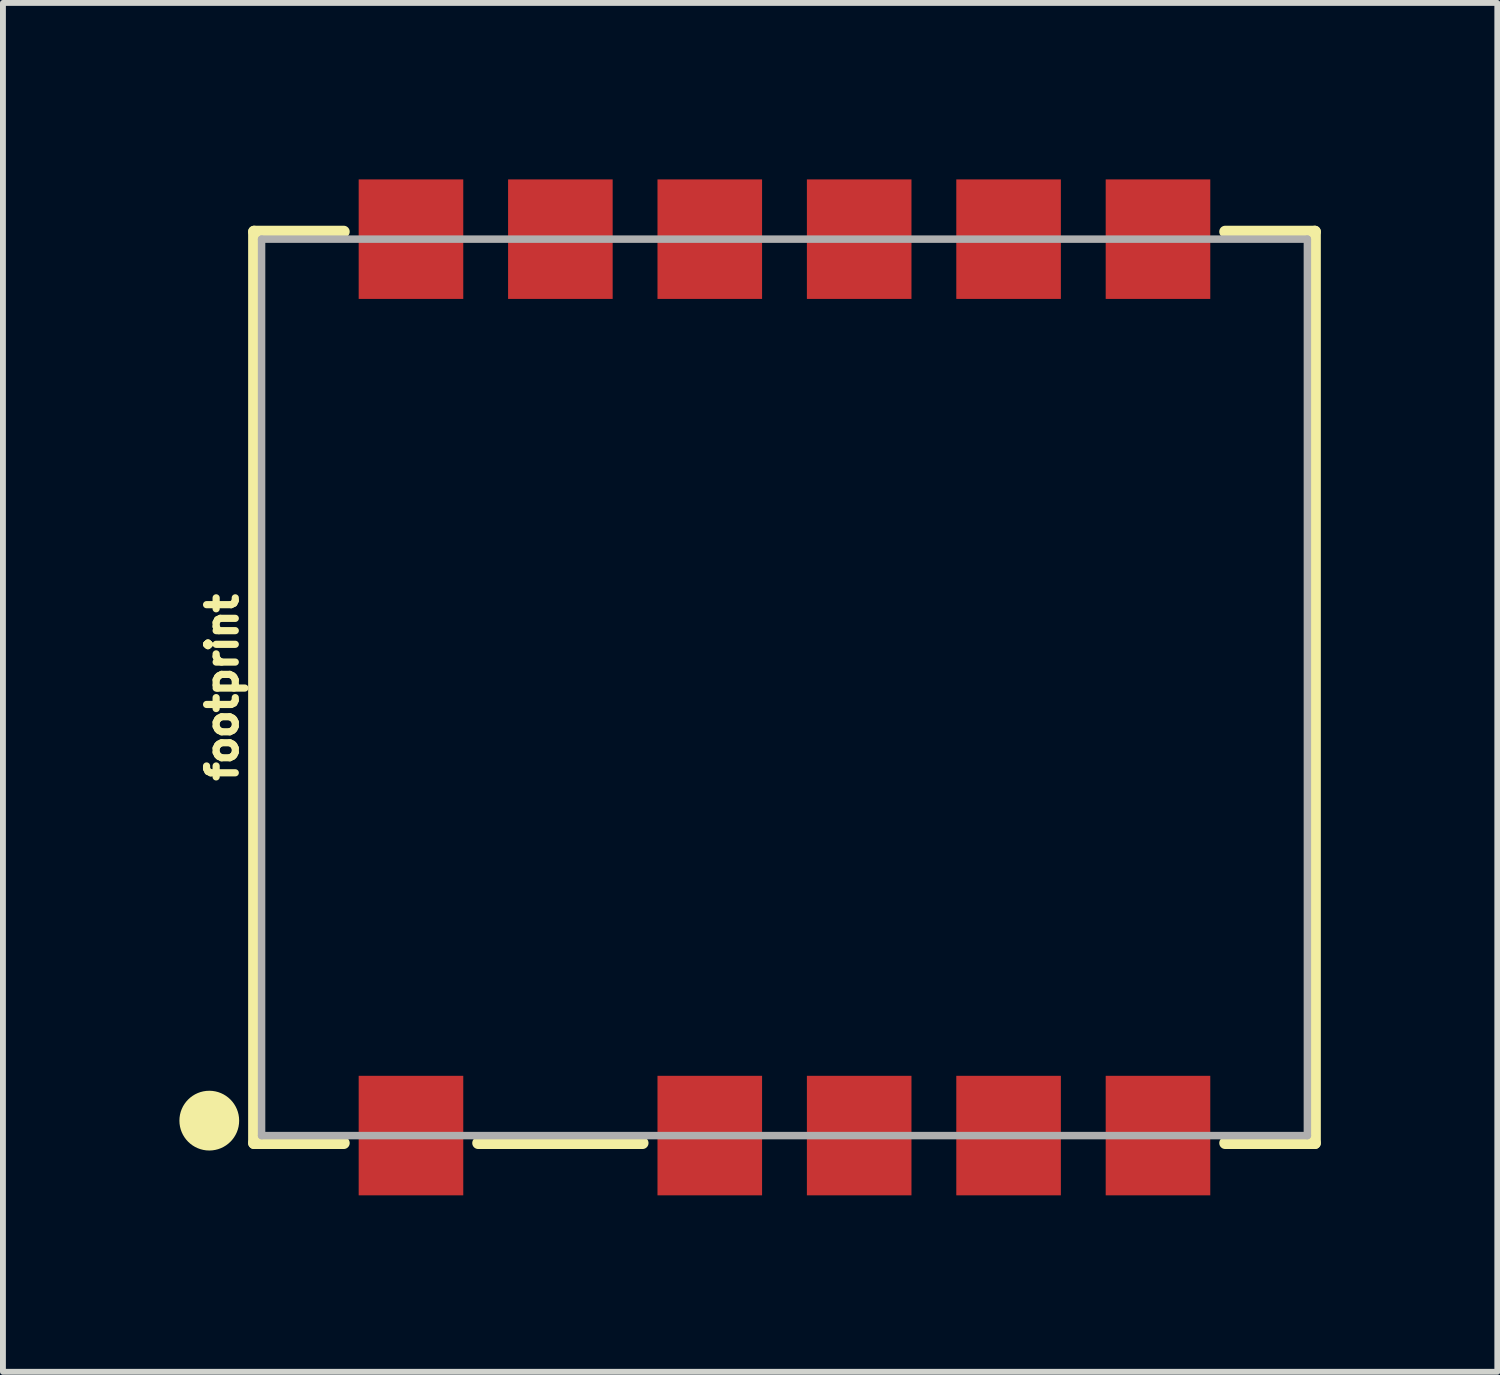
<source format=kicad_pcb>
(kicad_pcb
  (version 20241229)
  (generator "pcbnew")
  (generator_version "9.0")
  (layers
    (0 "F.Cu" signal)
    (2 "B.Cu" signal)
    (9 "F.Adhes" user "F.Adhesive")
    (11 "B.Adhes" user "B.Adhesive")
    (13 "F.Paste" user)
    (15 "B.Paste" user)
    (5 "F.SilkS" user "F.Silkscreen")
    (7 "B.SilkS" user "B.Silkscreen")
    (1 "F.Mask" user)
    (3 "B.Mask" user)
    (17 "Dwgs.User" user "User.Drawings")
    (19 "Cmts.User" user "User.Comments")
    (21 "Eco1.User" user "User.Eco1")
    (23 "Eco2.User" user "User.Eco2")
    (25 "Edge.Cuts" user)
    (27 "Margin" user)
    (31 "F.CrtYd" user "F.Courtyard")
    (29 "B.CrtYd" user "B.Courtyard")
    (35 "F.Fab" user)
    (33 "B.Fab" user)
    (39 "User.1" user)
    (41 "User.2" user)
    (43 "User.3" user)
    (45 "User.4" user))
  (footprint "footprint"
    (layer "F.Cu")
    (at 10.287 8.636)
    (property "Reference" "footprint" (at -9.271 0 90) (layer "F.SilkS") (effects (font (size 0.488 0.488) (thickness 0.122)) (justify bottom)))
    (fp_line (start -9.017 -7.747) (end -9.017 7.747) (stroke (width 0.203) (type solid)) (layer "F.SilkS"))
    (fp_line (start -9.017 7.747) (end -7.493 7.747) (stroke (width 0.203) (type solid)) (layer "F.SilkS"))
    (fp_line (start -7.493 -7.747) (end -9.017 -7.747) (stroke (width 0.203) (type solid)) (layer "F.SilkS"))
    (fp_line (start -5.207 7.747) (end -2.413 7.747) (stroke (width 0.203) (type solid)) (layer "F.SilkS"))
    (fp_line (start 7.493 7.747) (end 9.017 7.747) (stroke (width 0.203) (type solid)) (layer "F.SilkS"))
    (fp_line (start 9.017 -7.747) (end 7.493 -7.747) (stroke (width 0.203) (type solid)) (layer "F.SilkS"))
    (fp_line (start 9.017 7.747) (end 9.017 -7.747) (stroke (width 0.203) (type solid)) (layer "F.SilkS"))
    (fp_circle (center -9.779 7.366) (end -9.525 7.366) (stroke (width 0.508) (type solid)) (fill yes) (layer "F.SilkS"))
    (fp_line (start -8.89 -7.62) (end -8.89 7.62) (stroke (width 0.127) (type solid)) (layer "F.Fab"))
    (fp_line (start -8.89 7.62) (end 8.89 7.62) (stroke (width 0.127) (type solid)) (layer "F.Fab"))
    (fp_line (start 8.89 -7.62) (end -8.89 -7.62) (stroke (width 0.127) (type solid)) (layer "F.Fab"))
    (fp_line (start 8.89 7.62) (end 8.89 -7.62) (stroke (width 0.127) (type solid)) (layer "F.Fab"))
    (pad "1" smd rect (at -6.35 -7.62 90) (size 2.032 1.778) (layers "F.Cu" "F.Mask" "F.Paste"))
    (pad "2" smd rect (at -3.81 -7.62 90) (size 2.032 1.778) (layers "F.Cu" "F.Mask" "F.Paste"))
    (pad "3" smd rect (at -1.27 -7.62 90) (size 2.032 1.778) (layers "F.Cu" "F.Mask" "F.Paste"))
    (pad "4" smd rect (at 1.27 -7.62 90) (size 2.032 1.778) (layers "F.Cu" "F.Mask" "F.Paste"))
    (pad "5" smd rect (at 3.81 -7.62 90) (size 2.032 1.778) (layers "F.Cu" "F.Mask" "F.Paste"))
    (pad "6" smd rect (at 6.35 -7.62 90) (size 2.032 1.778) (layers "F.Cu" "F.Mask" "F.Paste"))
    (pad "7" smd rect (at 6.35 7.62 90) (size 2.032 1.778) (layers "F.Cu" "F.Mask" "F.Paste"))
    (pad "8" smd rect (at 3.81 7.62 90) (size 2.032 1.778) (layers "F.Cu" "F.Mask" "F.Paste"))
    (pad "9" smd rect (at 1.27 7.62 90) (size 2.032 1.778) (layers "F.Cu" "F.Mask" "F.Paste"))
    (pad "10" smd rect (at -1.27 7.62 90) (size 2.032 1.778) (layers "F.Cu" "F.Mask" "F.Paste"))
    (pad "11" smd rect (at -6.35 7.62 90) (size 2.032 1.778) (layers "F.Cu" "F.Mask" "F.Paste")))
  (gr_rect
    (start -3 -3)
    (end 22.406 20.272)
    (stroke (width 0.1) (type default))
    (fill no)
    (layer "Edge.Cuts")))
</source>
